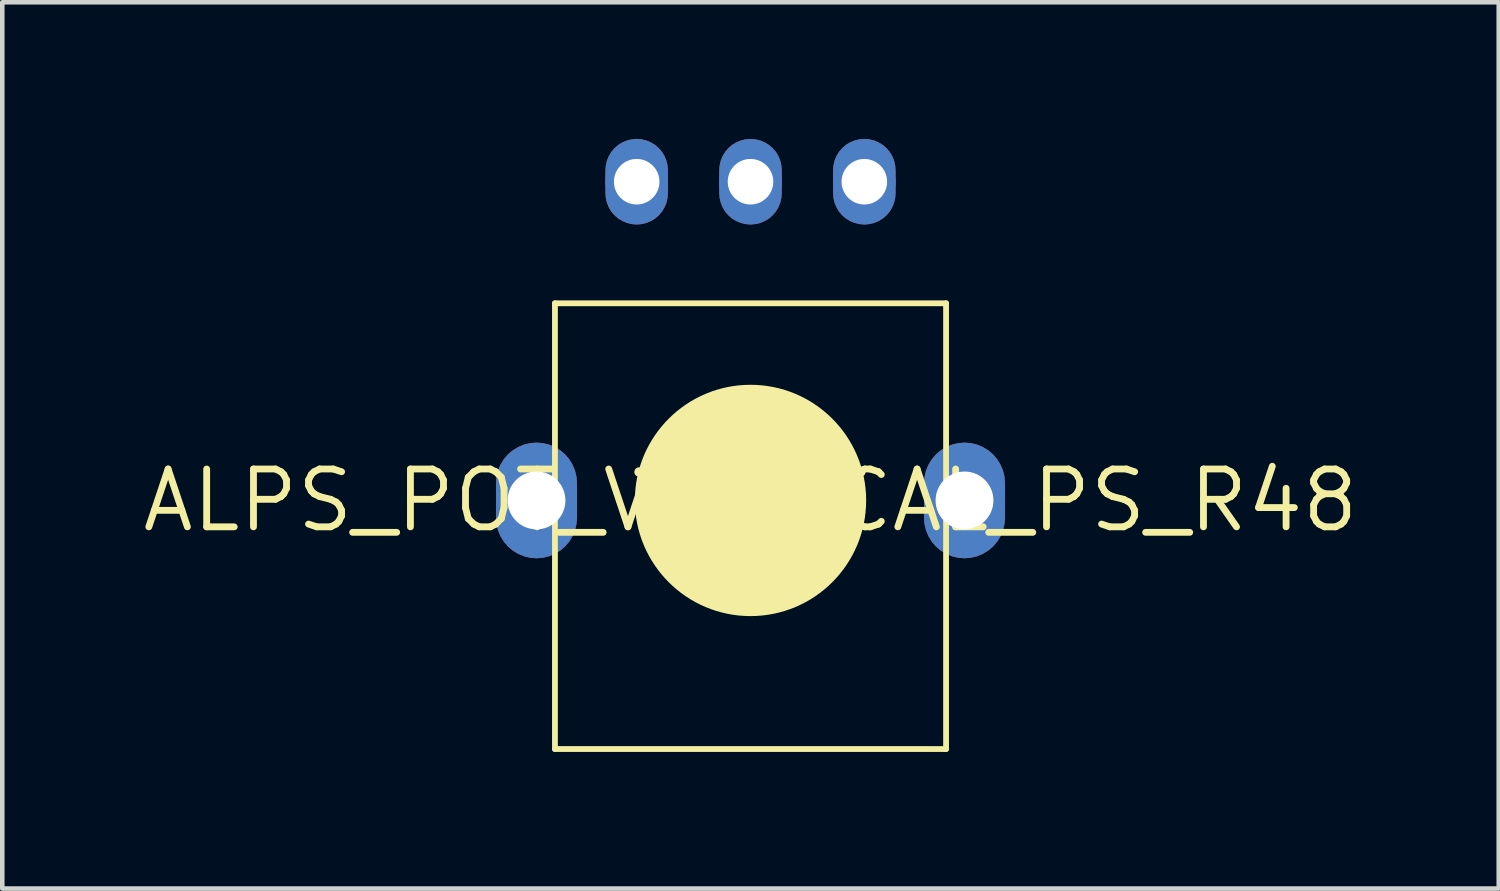
<source format=kicad_pcb>
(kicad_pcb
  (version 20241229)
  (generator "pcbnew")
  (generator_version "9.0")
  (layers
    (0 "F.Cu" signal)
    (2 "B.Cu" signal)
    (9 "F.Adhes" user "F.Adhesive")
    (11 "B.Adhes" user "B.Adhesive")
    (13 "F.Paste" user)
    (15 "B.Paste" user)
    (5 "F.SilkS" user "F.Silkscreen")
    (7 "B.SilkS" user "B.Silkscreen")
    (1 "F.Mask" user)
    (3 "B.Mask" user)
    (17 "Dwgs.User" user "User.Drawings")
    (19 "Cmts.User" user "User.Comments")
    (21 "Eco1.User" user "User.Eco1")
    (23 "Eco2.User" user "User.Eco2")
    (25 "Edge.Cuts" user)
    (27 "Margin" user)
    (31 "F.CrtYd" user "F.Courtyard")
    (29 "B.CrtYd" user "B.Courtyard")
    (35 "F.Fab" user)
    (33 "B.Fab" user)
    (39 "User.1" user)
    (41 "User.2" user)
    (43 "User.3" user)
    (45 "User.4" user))
  (footprint "ALPS_POT_VERTICAL_PS_R48"
    (layer "F.Cu")
    (at 13.433 7.941)
    (property "Reference" "ALPS_POT_VERTICAL_PS_R48" (at 0 0 0) (layer "F.SilkS") (effects (font (size 1.27 1.27) (thickness 0.15))))
    (fp_poly (pts (xy -4.561 -1.259) (xy -4.426 -1.227) (xy -4.297 -1.173) (xy -4.177 -1.1) (xy -4.071 -1.01) (xy -3.981 -0.904) (xy -3.908 -0.784) (xy -3.854 -0.655) (xy -3.822 -0.52) (xy -3.811 -0.381) (xy -3.811 0.381) (xy -3.822 0.52) (xy -3.854 0.655) (xy -3.908 0.784) (xy -3.981 0.904) (xy -4.071 1.01) (xy -4.177 1.1) (xy -4.297 1.173) (xy -4.426 1.227) (xy -4.561 1.259) (xy -4.7 1.27) (xy -4.839 1.259) (xy -4.974 1.227) (xy -5.103 1.173) (xy -5.223 1.1) (xy -5.329 1.01) (xy -5.419 0.904) (xy -5.492 0.784) (xy -5.546 0.655) (xy -5.578 0.52) (xy -5.589 0.381) (xy -5.589 -0.381) (xy -5.578 -0.52) (xy -5.546 -0.655) (xy -5.492 -0.784) (xy -5.419 -0.904) (xy -5.329 -1.01) (xy -5.223 -1.1) (xy -5.103 -1.173) (xy -4.974 -1.227) (xy -4.839 -1.259) (xy -4.7 -1.27)) (stroke (width 0) (type default)) (fill yes) (layer "F.Cu"))
    (fp_poly (pts (xy -2.393 -7.931) (xy -2.288 -7.906) (xy -2.189 -7.865) (xy -2.096 -7.809) (xy -2.015 -7.739) (xy -1.945 -7.658) (xy -1.889 -7.565) (xy -1.848 -7.466) (xy -1.823 -7.361) (xy -1.814 -7.254) (xy -1.814 -6.746) (xy -1.823 -6.639) (xy -1.848 -6.534) (xy -1.889 -6.435) (xy -1.945 -6.342) (xy -2.015 -6.261) (xy -2.096 -6.191) (xy -2.189 -6.135) (xy -2.288 -6.094) (xy -2.393 -6.069) (xy -2.5 -6.06) (xy -2.607 -6.069) (xy -2.712 -6.094) (xy -2.811 -6.135) (xy -2.904 -6.191) (xy -2.985 -6.261) (xy -3.055 -6.342) (xy -3.111 -6.435) (xy -3.152 -6.534) (xy -3.177 -6.639) (xy -3.186 -6.746) (xy -3.186 -7.254) (xy -3.177 -7.361) (xy -3.152 -7.466) (xy -3.111 -7.565) (xy -3.055 -7.658) (xy -2.985 -7.739) (xy -2.904 -7.809) (xy -2.811 -7.865) (xy -2.712 -7.906) (xy -2.607 -7.931) (xy -2.5 -7.94)) (stroke (width 0) (type default)) (fill yes) (layer "F.Cu"))
    (fp_poly (pts (xy 0.107 -7.931) (xy 0.212 -7.906) (xy 0.311 -7.865) (xy 0.404 -7.809) (xy 0.485 -7.739) (xy 0.555 -7.658) (xy 0.611 -7.565) (xy 0.652 -7.466) (xy 0.677 -7.361) (xy 0.686 -7.254) (xy 0.686 -6.746) (xy 0.677 -6.639) (xy 0.652 -6.534) (xy 0.611 -6.435) (xy 0.555 -6.342) (xy 0.485 -6.261) (xy 0.404 -6.191) (xy 0.311 -6.135) (xy 0.212 -6.094) (xy 0.107 -6.069) (xy 0 -6.06) (xy -0.107 -6.069) (xy -0.212 -6.094) (xy -0.311 -6.135) (xy -0.404 -6.191) (xy -0.485 -6.261) (xy -0.555 -6.342) (xy -0.611 -6.435) (xy -0.652 -6.534) (xy -0.677 -6.639) (xy -0.686 -6.746) (xy -0.686 -7.254) (xy -0.677 -7.361) (xy -0.652 -7.466) (xy -0.611 -7.565) (xy -0.555 -7.658) (xy -0.485 -7.739) (xy -0.404 -7.809) (xy -0.311 -7.865) (xy -0.212 -7.906) (xy -0.107 -7.931) (xy 0 -7.94)) (stroke (width 0) (type default)) (fill yes) (layer "F.Cu"))
    (fp_poly (pts (xy 2.607 -7.931) (xy 2.712 -7.906) (xy 2.811 -7.865) (xy 2.904 -7.809) (xy 2.985 -7.739) (xy 3.055 -7.658) (xy 3.111 -7.565) (xy 3.152 -7.466) (xy 3.177 -7.361) (xy 3.186 -7.254) (xy 3.186 -6.746) (xy 3.177 -6.639) (xy 3.152 -6.534) (xy 3.111 -6.435) (xy 3.055 -6.342) (xy 2.985 -6.261) (xy 2.904 -6.191) (xy 2.811 -6.135) (xy 2.712 -6.094) (xy 2.607 -6.069) (xy 2.5 -6.06) (xy 2.393 -6.069) (xy 2.288 -6.094) (xy 2.189 -6.135) (xy 2.096 -6.191) (xy 2.015 -6.261) (xy 1.945 -6.342) (xy 1.889 -6.435) (xy 1.848 -6.534) (xy 1.823 -6.639) (xy 1.814 -6.746) (xy 1.814 -7.254) (xy 1.823 -7.361) (xy 1.848 -7.466) (xy 1.889 -7.565) (xy 1.945 -7.658) (xy 2.015 -7.739) (xy 2.096 -7.809) (xy 2.189 -7.865) (xy 2.288 -7.906) (xy 2.393 -7.931) (xy 2.5 -7.94)) (stroke (width 0) (type default)) (fill yes) (layer "F.Cu"))
    (fp_poly (pts (xy 4.839 -1.259) (xy 4.974 -1.227) (xy 5.103 -1.173) (xy 5.223 -1.1) (xy 5.329 -1.01) (xy 5.419 -0.904) (xy 5.492 -0.784) (xy 5.546 -0.655) (xy 5.578 -0.52) (xy 5.589 -0.381) (xy 5.589 0.381) (xy 5.578 0.52) (xy 5.546 0.655) (xy 5.492 0.784) (xy 5.419 0.904) (xy 5.329 1.01) (xy 5.223 1.1) (xy 5.103 1.173) (xy 4.974 1.227) (xy 4.839 1.259) (xy 4.7 1.27) (xy 4.561 1.259) (xy 4.426 1.227) (xy 4.297 1.173) (xy 4.177 1.1) (xy 4.071 1.01) (xy 3.981 0.904) (xy 3.908 0.784) (xy 3.854 0.655) (xy 3.822 0.52) (xy 3.811 0.381) (xy 3.811 -0.381) (xy 3.822 -0.52) (xy 3.854 -0.655) (xy 3.908 -0.784) (xy 3.981 -0.904) (xy 4.071 -1.01) (xy 4.177 -1.1) (xy 4.297 -1.173) (xy 4.426 -1.227) (xy 4.561 -1.259) (xy 4.7 -1.27)) (stroke (width 0) (type default)) (fill yes) (layer "F.Cu"))
    (fp_poly (pts (xy -4.561 -1.26) (xy -4.425 -1.227) (xy -4.296 -1.174) (xy -4.176 -1.101) (xy -4.07 -1.011) (xy -3.98 -0.905) (xy -3.907 -0.785) (xy -3.854 -0.656) (xy -3.821 -0.52) (xy -3.81 -0.381) (xy -3.81 0.381) (xy -3.821 0.52) (xy -3.854 0.656) (xy -3.907 0.785) (xy -3.98 0.905) (xy -4.07 1.011) (xy -4.176 1.101) (xy -4.296 1.174) (xy -4.425 1.227) (xy -4.561 1.26) (xy -4.7 1.271) (xy -4.839 1.26) (xy -4.975 1.227) (xy -5.104 1.174) (xy -5.224 1.101) (xy -5.33 1.011) (xy -5.42 0.905) (xy -5.493 0.785) (xy -5.546 0.656) (xy -5.579 0.52) (xy -5.59 0.381) (xy -5.59 -0.381) (xy -5.579 -0.52) (xy -5.546 -0.656) (xy -5.493 -0.785) (xy -5.42 -0.905) (xy -5.33 -1.011) (xy -5.224 -1.101) (xy -5.104 -1.174) (xy -4.975 -1.227) (xy -4.839 -1.26) (xy -4.7 -1.271)) (stroke (width 0) (type default)) (fill yes) (layer "F.Mask"))
    (fp_poly (pts (xy -2.393 -7.932) (xy -2.288 -7.907) (xy -2.189 -7.866) (xy -2.096 -7.81) (xy -2.014 -7.74) (xy -1.944 -7.658) (xy -1.888 -7.565) (xy -1.847 -7.466) (xy -1.822 -7.361) (xy -1.813 -7.254) (xy -1.813 -6.746) (xy -1.822 -6.639) (xy -1.847 -6.534) (xy -1.888 -6.435) (xy -1.944 -6.342) (xy -2.014 -6.26) (xy -2.096 -6.19) (xy -2.189 -6.134) (xy -2.288 -6.093) (xy -2.393 -6.068) (xy -2.5 -6.059) (xy -2.607 -6.068) (xy -2.712 -6.093) (xy -2.811 -6.134) (xy -2.904 -6.19) (xy -2.986 -6.26) (xy -3.056 -6.342) (xy -3.112 -6.435) (xy -3.153 -6.534) (xy -3.178 -6.639) (xy -3.187 -6.746) (xy -3.187 -7.254) (xy -3.178 -7.361) (xy -3.153 -7.466) (xy -3.112 -7.565) (xy -3.056 -7.658) (xy -2.986 -7.74) (xy -2.904 -7.81) (xy -2.811 -7.866) (xy -2.712 -7.907) (xy -2.607 -7.932) (xy -2.5 -7.941)) (stroke (width 0) (type default)) (fill yes) (layer "F.Mask"))
    (fp_poly (pts (xy 0.107 -7.932) (xy 0.212 -7.907) (xy 0.311 -7.866) (xy 0.404 -7.81) (xy 0.486 -7.74) (xy 0.556 -7.658) (xy 0.612 -7.565) (xy 0.653 -7.466) (xy 0.678 -7.361) (xy 0.687 -7.254) (xy 0.687 -6.746) (xy 0.678 -6.639) (xy 0.653 -6.534) (xy 0.612 -6.435) (xy 0.556 -6.342) (xy 0.486 -6.26) (xy 0.404 -6.19) (xy 0.311 -6.134) (xy 0.212 -6.093) (xy 0.107 -6.068) (xy 0 -6.059) (xy -0.107 -6.068) (xy -0.212 -6.093) (xy -0.311 -6.134) (xy -0.404 -6.19) (xy -0.486 -6.26) (xy -0.556 -6.342) (xy -0.612 -6.435) (xy -0.653 -6.534) (xy -0.678 -6.639) (xy -0.687 -6.746) (xy -0.687 -7.254) (xy -0.678 -7.361) (xy -0.653 -7.466) (xy -0.612 -7.565) (xy -0.556 -7.658) (xy -0.486 -7.74) (xy -0.404 -7.81) (xy -0.311 -7.866) (xy -0.212 -7.907) (xy -0.107 -7.932) (xy 0 -7.941)) (stroke (width 0) (type default)) (fill yes) (layer "F.Mask"))
    (fp_poly (pts (xy 2.607 -7.932) (xy 2.712 -7.907) (xy 2.811 -7.866) (xy 2.904 -7.81) (xy 2.986 -7.74) (xy 3.056 -7.658) (xy 3.112 -7.565) (xy 3.153 -7.466) (xy 3.178 -7.361) (xy 3.187 -7.254) (xy 3.187 -6.746) (xy 3.178 -6.639) (xy 3.153 -6.534) (xy 3.112 -6.435) (xy 3.056 -6.342) (xy 2.986 -6.26) (xy 2.904 -6.19) (xy 2.811 -6.134) (xy 2.712 -6.093) (xy 2.607 -6.068) (xy 2.5 -6.059) (xy 2.393 -6.068) (xy 2.288 -6.093) (xy 2.189 -6.134) (xy 2.096 -6.19) (xy 2.014 -6.26) (xy 1.944 -6.342) (xy 1.888 -6.435) (xy 1.847 -6.534) (xy 1.822 -6.639) (xy 1.813 -6.746) (xy 1.813 -7.254) (xy 1.822 -7.361) (xy 1.847 -7.466) (xy 1.888 -7.565) (xy 1.944 -7.658) (xy 2.014 -7.74) (xy 2.096 -7.81) (xy 2.189 -7.866) (xy 2.288 -7.907) (xy 2.393 -7.932) (xy 2.5 -7.941)) (stroke (width 0) (type default)) (fill yes) (layer "F.Mask"))
    (fp_poly (pts (xy 4.839 -1.26) (xy 4.975 -1.227) (xy 5.104 -1.174) (xy 5.224 -1.101) (xy 5.33 -1.011) (xy 5.42 -0.905) (xy 5.493 -0.785) (xy 5.546 -0.656) (xy 5.579 -0.52) (xy 5.59 -0.381) (xy 5.59 0.381) (xy 5.579 0.52) (xy 5.546 0.656) (xy 5.493 0.785) (xy 5.42 0.905) (xy 5.33 1.011) (xy 5.224 1.101) (xy 5.104 1.174) (xy 4.975 1.227) (xy 4.839 1.26) (xy 4.7 1.271) (xy 4.561 1.26) (xy 4.425 1.227) (xy 4.296 1.174) (xy 4.176 1.101) (xy 4.07 1.011) (xy 3.98 0.905) (xy 3.907 0.785) (xy 3.854 0.656) (xy 3.821 0.52) (xy 3.81 0.381) (xy 3.81 -0.381) (xy 3.821 -0.52) (xy 3.854 -0.656) (xy 3.907 -0.785) (xy 3.98 -0.905) (xy 4.07 -1.011) (xy 4.176 -1.101) (xy 4.296 -1.174) (xy 4.425 -1.227) (xy 4.561 -1.26) (xy 4.7 -1.271)) (stroke (width 0) (type default)) (fill yes) (layer "F.Mask"))
    (fp_poly (pts (xy -4.561 -1.259) (xy -4.426 -1.227) (xy -4.297 -1.173) (xy -4.177 -1.1) (xy -4.071 -1.01) (xy -3.981 -0.904) (xy -3.908 -0.784) (xy -3.854 -0.655) (xy -3.822 -0.52) (xy -3.811 -0.381) (xy -3.811 0.381) (xy -3.822 0.52) (xy -3.854 0.655) (xy -3.908 0.784) (xy -3.981 0.904) (xy -4.071 1.01) (xy -4.177 1.1) (xy -4.297 1.173) (xy -4.426 1.227) (xy -4.561 1.259) (xy -4.7 1.27) (xy -4.839 1.259) (xy -4.974 1.227) (xy -5.103 1.173) (xy -5.223 1.1) (xy -5.329 1.01) (xy -5.419 0.904) (xy -5.492 0.784) (xy -5.546 0.655) (xy -5.578 0.52) (xy -5.589 0.381) (xy -5.589 -0.381) (xy -5.578 -0.52) (xy -5.546 -0.655) (xy -5.492 -0.784) (xy -5.419 -0.904) (xy -5.329 -1.01) (xy -5.223 -1.1) (xy -5.103 -1.173) (xy -4.974 -1.227) (xy -4.839 -1.259) (xy -4.7 -1.27)) (stroke (width 0) (type default)) (fill yes) (layer "B.Cu"))
    (fp_poly (pts (xy -2.393 -7.931) (xy -2.288 -7.906) (xy -2.189 -7.865) (xy -2.096 -7.809) (xy -2.015 -7.739) (xy -1.945 -7.658) (xy -1.889 -7.565) (xy -1.848 -7.466) (xy -1.823 -7.361) (xy -1.814 -7.254) (xy -1.814 -6.746) (xy -1.823 -6.639) (xy -1.848 -6.534) (xy -1.889 -6.435) (xy -1.945 -6.342) (xy -2.015 -6.261) (xy -2.096 -6.191) (xy -2.189 -6.135) (xy -2.288 -6.094) (xy -2.393 -6.069) (xy -2.5 -6.06) (xy -2.607 -6.069) (xy -2.712 -6.094) (xy -2.811 -6.135) (xy -2.904 -6.191) (xy -2.985 -6.261) (xy -3.055 -6.342) (xy -3.111 -6.435) (xy -3.152 -6.534) (xy -3.177 -6.639) (xy -3.186 -6.746) (xy -3.186 -7.254) (xy -3.177 -7.361) (xy -3.152 -7.466) (xy -3.111 -7.565) (xy -3.055 -7.658) (xy -2.985 -7.739) (xy -2.904 -7.809) (xy -2.811 -7.865) (xy -2.712 -7.906) (xy -2.607 -7.931) (xy -2.5 -7.94)) (stroke (width 0) (type default)) (fill yes) (layer "B.Cu"))
    (fp_poly (pts (xy 0.107 -7.931) (xy 0.212 -7.906) (xy 0.311 -7.865) (xy 0.404 -7.809) (xy 0.485 -7.739) (xy 0.555 -7.658) (xy 0.611 -7.565) (xy 0.652 -7.466) (xy 0.677 -7.361) (xy 0.686 -7.254) (xy 0.686 -6.746) (xy 0.677 -6.639) (xy 0.652 -6.534) (xy 0.611 -6.435) (xy 0.555 -6.342) (xy 0.485 -6.261) (xy 0.404 -6.191) (xy 0.311 -6.135) (xy 0.212 -6.094) (xy 0.107 -6.069) (xy 0 -6.06) (xy -0.107 -6.069) (xy -0.212 -6.094) (xy -0.311 -6.135) (xy -0.404 -6.191) (xy -0.485 -6.261) (xy -0.555 -6.342) (xy -0.611 -6.435) (xy -0.652 -6.534) (xy -0.677 -6.639) (xy -0.686 -6.746) (xy -0.686 -7.254) (xy -0.677 -7.361) (xy -0.652 -7.466) (xy -0.611 -7.565) (xy -0.555 -7.658) (xy -0.485 -7.739) (xy -0.404 -7.809) (xy -0.311 -7.865) (xy -0.212 -7.906) (xy -0.107 -7.931) (xy 0 -7.94)) (stroke (width 0) (type default)) (fill yes) (layer "B.Cu"))
    (fp_poly (pts (xy 2.607 -7.931) (xy 2.712 -7.906) (xy 2.811 -7.865) (xy 2.904 -7.809) (xy 2.985 -7.739) (xy 3.055 -7.658) (xy 3.111 -7.565) (xy 3.152 -7.466) (xy 3.177 -7.361) (xy 3.186 -7.254) (xy 3.186 -6.746) (xy 3.177 -6.639) (xy 3.152 -6.534) (xy 3.111 -6.435) (xy 3.055 -6.342) (xy 2.985 -6.261) (xy 2.904 -6.191) (xy 2.811 -6.135) (xy 2.712 -6.094) (xy 2.607 -6.069) (xy 2.5 -6.06) (xy 2.393 -6.069) (xy 2.288 -6.094) (xy 2.189 -6.135) (xy 2.096 -6.191) (xy 2.015 -6.261) (xy 1.945 -6.342) (xy 1.889 -6.435) (xy 1.848 -6.534) (xy 1.823 -6.639) (xy 1.814 -6.746) (xy 1.814 -7.254) (xy 1.823 -7.361) (xy 1.848 -7.466) (xy 1.889 -7.565) (xy 1.945 -7.658) (xy 2.015 -7.739) (xy 2.096 -7.809) (xy 2.189 -7.865) (xy 2.288 -7.906) (xy 2.393 -7.931) (xy 2.5 -7.94)) (stroke (width 0) (type default)) (fill yes) (layer "B.Cu"))
    (fp_poly (pts (xy 4.839 -1.259) (xy 4.974 -1.227) (xy 5.103 -1.173) (xy 5.223 -1.1) (xy 5.329 -1.01) (xy 5.419 -0.904) (xy 5.492 -0.784) (xy 5.546 -0.655) (xy 5.578 -0.52) (xy 5.589 -0.381) (xy 5.589 0.381) (xy 5.578 0.52) (xy 5.546 0.655) (xy 5.492 0.784) (xy 5.419 0.904) (xy 5.329 1.01) (xy 5.223 1.1) (xy 5.103 1.173) (xy 4.974 1.227) (xy 4.839 1.259) (xy 4.7 1.27) (xy 4.561 1.259) (xy 4.426 1.227) (xy 4.297 1.173) (xy 4.177 1.1) (xy 4.071 1.01) (xy 3.981 0.904) (xy 3.908 0.784) (xy 3.854 0.655) (xy 3.822 0.52) (xy 3.811 0.381) (xy 3.811 -0.381) (xy 3.822 -0.52) (xy 3.854 -0.655) (xy 3.908 -0.784) (xy 3.981 -0.904) (xy 4.071 -1.01) (xy 4.177 -1.1) (xy 4.297 -1.173) (xy 4.426 -1.227) (xy 4.561 -1.259) (xy 4.7 -1.27)) (stroke (width 0) (type default)) (fill yes) (layer "B.Cu"))
    (fp_poly (pts (xy -4.561 -1.26) (xy -4.425 -1.227) (xy -4.296 -1.174) (xy -4.176 -1.101) (xy -4.07 -1.011) (xy -3.98 -0.905) (xy -3.907 -0.785) (xy -3.854 -0.656) (xy -3.821 -0.52) (xy -3.81 -0.381) (xy -3.81 0.381) (xy -3.821 0.52) (xy -3.854 0.656) (xy -3.907 0.785) (xy -3.98 0.905) (xy -4.07 1.011) (xy -4.176 1.101) (xy -4.296 1.174) (xy -4.425 1.227) (xy -4.561 1.26) (xy -4.7 1.271) (xy -4.839 1.26) (xy -4.975 1.227) (xy -5.104 1.174) (xy -5.224 1.101) (xy -5.33 1.011) (xy -5.42 0.905) (xy -5.493 0.785) (xy -5.546 0.656) (xy -5.579 0.52) (xy -5.59 0.381) (xy -5.59 -0.381) (xy -5.579 -0.52) (xy -5.546 -0.656) (xy -5.493 -0.785) (xy -5.42 -0.905) (xy -5.33 -1.011) (xy -5.224 -1.101) (xy -5.104 -1.174) (xy -4.975 -1.227) (xy -4.839 -1.26) (xy -4.7 -1.271)) (stroke (width 0) (type default)) (fill yes) (layer "B.Mask"))
    (fp_poly (pts (xy -2.393 -7.932) (xy -2.288 -7.907) (xy -2.189 -7.866) (xy -2.096 -7.81) (xy -2.014 -7.74) (xy -1.944 -7.658) (xy -1.888 -7.565) (xy -1.847 -7.466) (xy -1.822 -7.361) (xy -1.813 -7.254) (xy -1.813 -6.746) (xy -1.822 -6.639) (xy -1.847 -6.534) (xy -1.888 -6.435) (xy -1.944 -6.342) (xy -2.014 -6.26) (xy -2.096 -6.19) (xy -2.189 -6.134) (xy -2.288 -6.093) (xy -2.393 -6.068) (xy -2.5 -6.059) (xy -2.607 -6.068) (xy -2.712 -6.093) (xy -2.811 -6.134) (xy -2.904 -6.19) (xy -2.986 -6.26) (xy -3.056 -6.342) (xy -3.112 -6.435) (xy -3.153 -6.534) (xy -3.178 -6.639) (xy -3.187 -6.746) (xy -3.187 -7.254) (xy -3.178 -7.361) (xy -3.153 -7.466) (xy -3.112 -7.565) (xy -3.056 -7.658) (xy -2.986 -7.74) (xy -2.904 -7.81) (xy -2.811 -7.866) (xy -2.712 -7.907) (xy -2.607 -7.932) (xy -2.5 -7.941)) (stroke (width 0) (type default)) (fill yes) (layer "B.Mask"))
    (fp_poly (pts (xy 0.107 -7.932) (xy 0.212 -7.907) (xy 0.311 -7.866) (xy 0.404 -7.81) (xy 0.486 -7.74) (xy 0.556 -7.658) (xy 0.612 -7.565) (xy 0.653 -7.466) (xy 0.678 -7.361) (xy 0.687 -7.254) (xy 0.687 -6.746) (xy 0.678 -6.639) (xy 0.653 -6.534) (xy 0.612 -6.435) (xy 0.556 -6.342) (xy 0.486 -6.26) (xy 0.404 -6.19) (xy 0.311 -6.134) (xy 0.212 -6.093) (xy 0.107 -6.068) (xy 0 -6.059) (xy -0.107 -6.068) (xy -0.212 -6.093) (xy -0.311 -6.134) (xy -0.404 -6.19) (xy -0.486 -6.26) (xy -0.556 -6.342) (xy -0.612 -6.435) (xy -0.653 -6.534) (xy -0.678 -6.639) (xy -0.687 -6.746) (xy -0.687 -7.254) (xy -0.678 -7.361) (xy -0.653 -7.466) (xy -0.612 -7.565) (xy -0.556 -7.658) (xy -0.486 -7.74) (xy -0.404 -7.81) (xy -0.311 -7.866) (xy -0.212 -7.907) (xy -0.107 -7.932) (xy 0 -7.941)) (stroke (width 0) (type default)) (fill yes) (layer "B.Mask"))
    (fp_poly (pts (xy 2.607 -7.932) (xy 2.712 -7.907) (xy 2.811 -7.866) (xy 2.904 -7.81) (xy 2.986 -7.74) (xy 3.056 -7.658) (xy 3.112 -7.565) (xy 3.153 -7.466) (xy 3.178 -7.361) (xy 3.187 -7.254) (xy 3.187 -6.746) (xy 3.178 -6.639) (xy 3.153 -6.534) (xy 3.112 -6.435) (xy 3.056 -6.342) (xy 2.986 -6.26) (xy 2.904 -6.19) (xy 2.811 -6.134) (xy 2.712 -6.093) (xy 2.607 -6.068) (xy 2.5 -6.059) (xy 2.393 -6.068) (xy 2.288 -6.093) (xy 2.189 -6.134) (xy 2.096 -6.19) (xy 2.014 -6.26) (xy 1.944 -6.342) (xy 1.888 -6.435) (xy 1.847 -6.534) (xy 1.822 -6.639) (xy 1.813 -6.746) (xy 1.813 -7.254) (xy 1.822 -7.361) (xy 1.847 -7.466) (xy 1.888 -7.565) (xy 1.944 -7.658) (xy 2.014 -7.74) (xy 2.096 -7.81) (xy 2.189 -7.866) (xy 2.288 -7.907) (xy 2.393 -7.932) (xy 2.5 -7.941)) (stroke (width 0) (type default)) (fill yes) (layer "B.Mask"))
    (fp_poly (pts (xy 4.839 -1.26) (xy 4.975 -1.227) (xy 5.104 -1.174) (xy 5.224 -1.101) (xy 5.33 -1.011) (xy 5.42 -0.905) (xy 5.493 -0.785) (xy 5.546 -0.656) (xy 5.579 -0.52) (xy 5.59 -0.381) (xy 5.59 0.381) (xy 5.579 0.52) (xy 5.546 0.656) (xy 5.493 0.785) (xy 5.42 0.905) (xy 5.33 1.011) (xy 5.224 1.101) (xy 5.104 1.174) (xy 4.975 1.227) (xy 4.839 1.26) (xy 4.7 1.271) (xy 4.561 1.26) (xy 4.425 1.227) (xy 4.296 1.174) (xy 4.176 1.101) (xy 4.07 1.011) (xy 3.98 0.905) (xy 3.907 0.785) (xy 3.854 0.656) (xy 3.821 0.52) (xy 3.81 0.381) (xy 3.81 -0.381) (xy 3.821 -0.52) (xy 3.854 -0.656) (xy 3.907 -0.785) (xy 3.98 -0.905) (xy 4.07 -1.011) (xy 4.176 -1.101) (xy 4.296 -1.174) (xy 4.425 -1.227) (xy 4.561 -1.26) (xy 4.7 -1.271)) (stroke (width 0) (type default)) (fill yes) (layer "B.Mask"))
    (fp_line (start -4.295 -4.33) (end 4.295 -4.33) (stroke (width 0.127) (type solid)) (layer "F.SilkS"))
    (fp_line (start -4.295 5.46) (end -4.295 -4.33) (stroke (width 0.127) (type solid)) (layer "F.SilkS"))
    (fp_line (start -2.45 -0.625) (end 2.424 -0.625) (stroke (width 0.203) (type solid)) (layer "F.SilkS"))
    (fp_line (start -1.1 -0.625) (end 1.1 -0.625) (stroke (width 0.203) (type solid)) (layer "F.SilkS"))
    (fp_line (start 4.295 -4.33) (end 4.295 5.46) (stroke (width 0.127) (type solid)) (layer "F.SilkS"))
    (fp_line (start 4.295 5.46) (end -4.295 5.46) (stroke (width 0.127) (type solid)) (layer "F.SilkS"))
    (fp_arc (start 1.100001 -0.624999) (mid -0.000001 1.264544) (end -1.1 -0.625) (stroke (width 0.203) (type solid)) (layer "F.SilkS"))
    (fp_circle (center 0 0) (end 1.27 0) (stroke (width 2.54) (type solid)) (fill yes) (layer "F.SilkS"))
    (pad "P$1" thru_hole circle (at -2.5 -7) (size 1.372 1.372) (drill 1) (layers "*.Cu"))
    (pad "P$2" thru_hole circle (at 0 -7) (size 1.372 1.372) (drill 1) (layers "*.Cu"))
    (pad "P$3" thru_hole circle (at 2.5 -7) (size 1.372 1.372) (drill 1) (layers "*.Cu"))
    (pad "P$4" thru_hole circle (at -4.7 0) (size 1.778 1.778) (drill 1.27) (layers "*.Cu"))
    (pad "P$5" thru_hole circle (at 4.7 0) (size 1.778 1.778) (drill 1.27) (layers "*.Cu")))
  (gr_rect
    (start -3 -3)
    (end 29.866 16.465)
    (stroke (width 0.1) (type default))
    (fill no)
    (layer "Edge.Cuts")))
</source>
